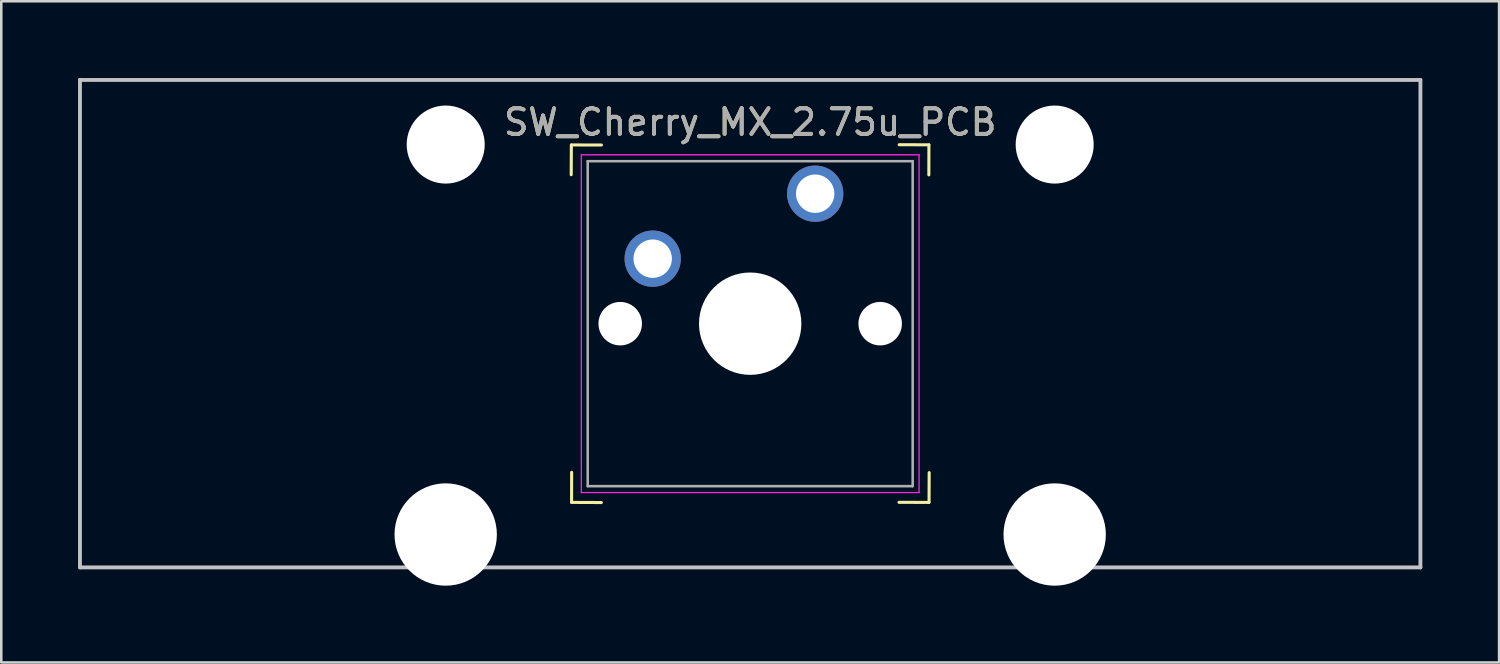
<source format=kicad_pcb>
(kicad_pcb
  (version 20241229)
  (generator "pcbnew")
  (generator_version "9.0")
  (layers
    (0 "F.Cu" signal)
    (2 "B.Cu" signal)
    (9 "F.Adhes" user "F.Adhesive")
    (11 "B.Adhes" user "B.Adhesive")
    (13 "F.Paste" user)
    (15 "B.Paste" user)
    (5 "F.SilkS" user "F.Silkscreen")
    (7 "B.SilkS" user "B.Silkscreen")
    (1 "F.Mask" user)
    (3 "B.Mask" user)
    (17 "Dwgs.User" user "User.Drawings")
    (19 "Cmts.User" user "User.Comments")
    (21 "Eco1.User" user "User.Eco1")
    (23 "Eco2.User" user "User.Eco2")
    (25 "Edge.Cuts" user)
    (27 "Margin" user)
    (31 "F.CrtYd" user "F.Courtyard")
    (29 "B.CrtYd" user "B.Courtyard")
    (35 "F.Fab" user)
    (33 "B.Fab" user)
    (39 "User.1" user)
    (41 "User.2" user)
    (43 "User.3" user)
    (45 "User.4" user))
  (footprint "SW_Cherry_MX_2.75u_PCB"
    (layer "F.Cu")
    (at 28.809 4.52)
    (property "Reference" "SW_Cherry_MX_2.75u_PCB" (at -2.54 -2.794 0) (unlocked yes) (layer "F.SilkS") (effects (font (size 1 1) (thickness 0.15))))
    (attr through_hole)
    (fp_line (start -9.535 -0.743) (end -9.53 -1.903) (stroke (width 0.12) (type solid)) (layer "F.SilkS"))
    (fp_line (start -9.518 10.89) (end -9.52 12.06) (stroke (width 0.12) (type solid)) (layer "F.SilkS"))
    (fp_line (start -8.357 12.07) (end -9.518 12.065) (stroke (width 0.12) (type solid)) (layer "F.SilkS"))
    (fp_line (start -8.355 -1.903) (end -9.525 -1.905) (stroke (width 0.12) (type solid)) (layer "F.SilkS"))
    (fp_line (start 3.275 12.062) (end 4.445 12.065) (stroke (width 0.12) (type solid)) (layer "F.SilkS"))
    (fp_line (start 3.283 -1.915) (end 4.442 -1.91) (stroke (width 0.12) (type solid)) (layer "F.SilkS"))
    (fp_line (start 4.442 -0.735) (end 4.445 -1.905) (stroke (width 0.12) (type solid)) (layer "F.SilkS"))
    (fp_line (start 4.455 10.902) (end 4.45 12.062) (stroke (width 0.12) (type solid)) (layer "F.SilkS"))
    (fp_line (start -28.734 -4.445) (end 23.654 -4.445) (stroke (width 0.15) (type solid)) (layer "Dwgs.User"))
    (fp_line (start -28.734 14.605) (end -28.734 -4.445) (stroke (width 0.15) (type solid)) (layer "Dwgs.User"))
    (fp_line (start 23.654 -4.445) (end 23.654 14.605) (stroke (width 0.15) (type solid)) (layer "Dwgs.User"))
    (fp_line (start 23.654 14.605) (end -28.734 14.605) (stroke (width 0.15) (type solid)) (layer "Dwgs.User"))
    (fp_line (start -9.14 -1.52) (end 4.06 -1.52) (stroke (width 0.05) (type solid)) (layer "F.CrtYd"))
    (fp_line (start -9.14 11.68) (end -9.14 -1.52) (stroke (width 0.05) (type solid)) (layer "F.CrtYd"))
    (fp_line (start 4.06 -1.52) (end 4.06 11.68) (stroke (width 0.05) (type solid)) (layer "F.CrtYd"))
    (fp_line (start 4.06 11.68) (end -9.14 11.68) (stroke (width 0.05) (type solid)) (layer "F.CrtYd"))
    (fp_line (start -8.89 -1.27) (end 3.81 -1.27) (stroke (width 0.1) (type solid)) (layer "F.Fab"))
    (fp_line (start -8.89 11.43) (end -8.89 -1.27) (stroke (width 0.1) (type solid)) (layer "F.Fab"))
    (fp_line (start 3.81 -1.27) (end 3.81 11.43) (stroke (width 0.1) (type solid)) (layer "F.Fab"))
    (fp_line (start 3.81 11.43) (end -8.89 11.43) (stroke (width 0.1) (type solid)) (layer "F.Fab"))
    (fp_text user "${REFERENCE}" (at -2.54 -2.794 0) (layer "F.Fab") (effects (font (size 1 1) (thickness 0.15))))
    (pad "" np_thru_hole circle (at -14.44 -1.92) (size 3.05 3.05) (drill 3.05) (layers "*.Cu" "*.Mask"))
    (pad "" np_thru_hole circle (at -14.44 13.32) (size 4 4) (drill 4) (layers "*.Cu" "*.Mask"))
    (pad "" np_thru_hole circle (at -7.62 5.08) (size 1.7 1.7) (drill 1.7) (layers "*.Cu" "*.Mask"))
    (pad "" np_thru_hole circle (at -2.54 5.08) (size 4 4) (drill 4) (layers "*.Cu" "*.Mask"))
    (pad "" np_thru_hole circle (at 2.54 5.08) (size 1.7 1.7) (drill 1.7) (layers "*.Cu" "*.Mask"))
    (pad "" np_thru_hole circle (at 9.36 -1.92) (size 3.05 3.05) (drill 3.05) (layers "*.Cu" "*.Mask"))
    (pad "" np_thru_hole circle (at 9.36 13.32) (size 4 4) (drill 4) (layers "*.Cu" "*.Mask"))
    (pad "1" thru_hole circle (at 0 0) (size 2.2 2.2) (drill 1.5) (layers "*.Cu" "*.Mask"))
    (pad "2" thru_hole circle (at -6.35 2.54) (size 2.2 2.2) (drill 1.5) (layers "*.Cu" "*.Mask")))
  (gr_rect
    (start -3 -3)
    (end 55.538 22.84)
    (stroke (width 0.1) (type default))
    (fill no)
    (layer "Edge.Cuts")))
</source>
